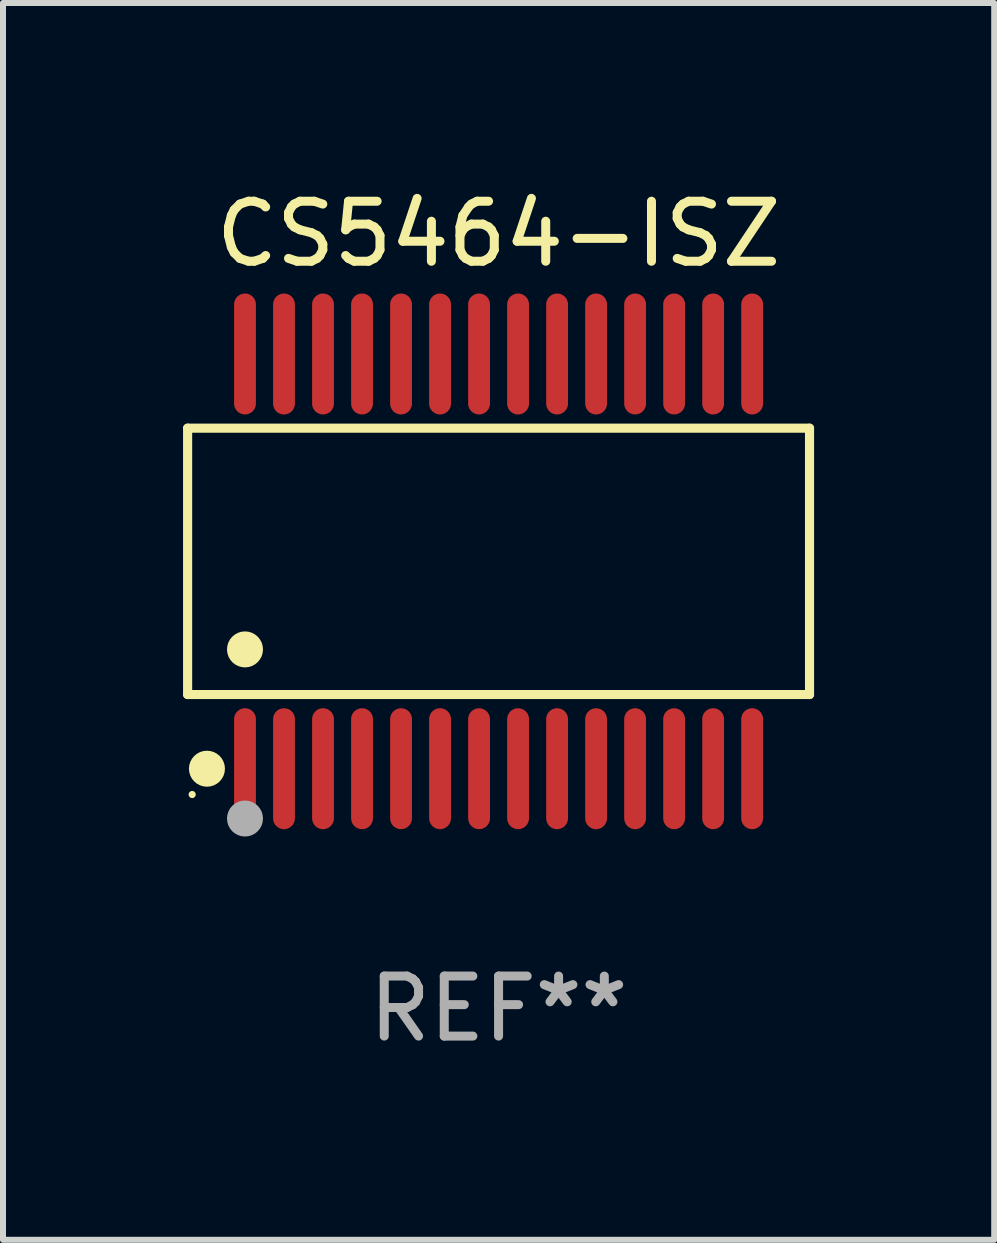
<source format=kicad_pcb>
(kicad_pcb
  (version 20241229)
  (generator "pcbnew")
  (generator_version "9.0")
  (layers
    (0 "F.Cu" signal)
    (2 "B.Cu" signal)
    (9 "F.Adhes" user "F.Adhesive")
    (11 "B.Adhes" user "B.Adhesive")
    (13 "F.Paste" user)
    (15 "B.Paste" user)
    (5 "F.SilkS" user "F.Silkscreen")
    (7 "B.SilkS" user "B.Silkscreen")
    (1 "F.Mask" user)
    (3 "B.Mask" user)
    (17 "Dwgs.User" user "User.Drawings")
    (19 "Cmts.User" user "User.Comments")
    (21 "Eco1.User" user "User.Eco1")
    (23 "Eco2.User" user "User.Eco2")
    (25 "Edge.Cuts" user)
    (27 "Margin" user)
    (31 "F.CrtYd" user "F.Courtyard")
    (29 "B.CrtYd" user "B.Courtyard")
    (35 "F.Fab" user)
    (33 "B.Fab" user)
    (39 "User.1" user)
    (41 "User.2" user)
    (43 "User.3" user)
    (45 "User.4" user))
  (footprint "CS5464-ISZ"
    (layer "F.Cu")
    (at 5.257 6.303)
    (property "Reference" "CS5464-ISZ" (at 0 -5.455 0) (layer "F.SilkS") (effects (font (size 1 1) (thickness 0.15))))
    (attr through_hole)
    (fp_line (start -5.181 -2.219) (end 5.181 -2.219) (stroke (width 0.152) (type solid)) (layer "F.SilkS"))
    (fp_line (start -5.181 2.219) (end -5.181 -2.219) (stroke (width 0.152) (type solid)) (layer "F.SilkS"))
    (fp_line (start 5.181 -2.219) (end 5.181 2.219) (stroke (width 0.152) (type solid)) (layer "F.SilkS"))
    (fp_line (start 5.181 2.219) (end -5.181 2.219) (stroke (width 0.152) (type solid)) (layer "F.SilkS"))
    (fp_circle (center -5.105 3.885) (end -5.075 3.885) (stroke (width 0.06) (type solid)) (fill no) (layer "F.SilkS"))
    (fp_circle (center -4.859 3.455) (end -4.709 3.455) (stroke (width 0.3) (type solid)) (fill no) (layer "F.SilkS"))
    (fp_circle (center -4.225 1.467) (end -4.075 1.467) (stroke (width 0.3) (type solid)) (fill no) (layer "F.SilkS"))
    (fp_circle (center -4.225 4.285) (end -4.075 4.285) (stroke (width 0.3) (type solid)) (fill no) (layer "F.Fab"))
    (fp_text user "REF**" (at 0 7.455 0) (layer "F.Fab") (effects (font (size 1 1) (thickness 0.15))))
    (pad "1" smd oval (at -4.225 3.455) (size 0.364 2.015) (layers "F.Cu" "F.Mask" "F.Paste"))
    (pad "2" smd oval (at -3.575 3.455) (size 0.364 2.015) (layers "F.Cu" "F.Mask" "F.Paste"))
    (pad "3" smd oval (at -2.925 3.455) (size 0.364 2.015) (layers "F.Cu" "F.Mask" "F.Paste"))
    (pad "4" smd oval (at -2.275 3.455) (size 0.364 2.015) (layers "F.Cu" "F.Mask" "F.Paste"))
    (pad "5" smd oval (at -1.625 3.455) (size 0.364 2.015) (layers "F.Cu" "F.Mask" "F.Paste"))
    (pad "6" smd oval (at -0.975 3.455) (size 0.364 2.015) (layers "F.Cu" "F.Mask" "F.Paste"))
    (pad "7" smd oval (at -0.325 3.455) (size 0.364 2.015) (layers "F.Cu" "F.Mask" "F.Paste"))
    (pad "8" smd oval (at 0.325 3.455) (size 0.364 2.015) (layers "F.Cu" "F.Mask" "F.Paste"))
    (pad "9" smd oval (at 0.975 3.455) (size 0.364 2.015) (layers "F.Cu" "F.Mask" "F.Paste"))
    (pad "10" smd oval (at 1.625 3.455) (size 0.364 2.015) (layers "F.Cu" "F.Mask" "F.Paste"))
    (pad "11" smd oval (at 2.275 3.455) (size 0.364 2.015) (layers "F.Cu" "F.Mask" "F.Paste"))
    (pad "12" smd oval (at 2.925 3.455) (size 0.364 2.015) (layers "F.Cu" "F.Mask" "F.Paste"))
    (pad "13" smd oval (at 3.575 3.455) (size 0.364 2.015) (layers "F.Cu" "F.Mask" "F.Paste"))
    (pad "14" smd oval (at 4.225 3.455) (size 0.364 2.015) (layers "F.Cu" "F.Mask" "F.Paste"))
    (pad "15" smd oval (at 4.225 -3.455) (size 0.364 2.015) (layers "F.Cu" "F.Mask" "F.Paste"))
    (pad "16" smd oval (at 3.575 -3.455) (size 0.364 2.015) (layers "F.Cu" "F.Mask" "F.Paste"))
    (pad "17" smd oval (at 2.925 -3.455) (size 0.364 2.015) (layers "F.Cu" "F.Mask" "F.Paste"))
    (pad "18" smd oval (at 2.275 -3.455) (size 0.364 2.015) (layers "F.Cu" "F.Mask" "F.Paste"))
    (pad "19" smd oval (at 1.625 -3.455) (size 0.364 2.015) (layers "F.Cu" "F.Mask" "F.Paste"))
    (pad "20" smd oval (at 0.975 -3.455) (size 0.364 2.015) (layers "F.Cu" "F.Mask" "F.Paste"))
    (pad "21" smd oval (at 0.325 -3.455) (size 0.364 2.015) (layers "F.Cu" "F.Mask" "F.Paste"))
    (pad "22" smd oval (at -0.325 -3.455) (size 0.364 2.015) (layers "F.Cu" "F.Mask" "F.Paste"))
    (pad "23" smd oval (at -0.975 -3.455) (size 0.364 2.015) (layers "F.Cu" "F.Mask" "F.Paste"))
    (pad "24" smd oval (at -1.625 -3.455) (size 0.364 2.015) (layers "F.Cu" "F.Mask" "F.Paste"))
    (pad "25" smd oval (at -2.275 -3.455) (size 0.364 2.015) (layers "F.Cu" "F.Mask" "F.Paste"))
    (pad "26" smd oval (at -2.925 -3.455) (size 0.364 2.015) (layers "F.Cu" "F.Mask" "F.Paste"))
    (pad "27" smd oval (at -3.575 -3.455) (size 0.364 2.015) (layers "F.Cu" "F.Mask" "F.Paste"))
    (pad "28" smd oval (at -4.225 -3.455) (size 0.364 2.015) (layers "F.Cu" "F.Mask" "F.Paste")))
  (gr_rect
    (start -3 -3)
    (end 13.515 17.607)
    (stroke (width 0.1) (type default))
    (fill no)
    (layer "Edge.Cuts")))
</source>
